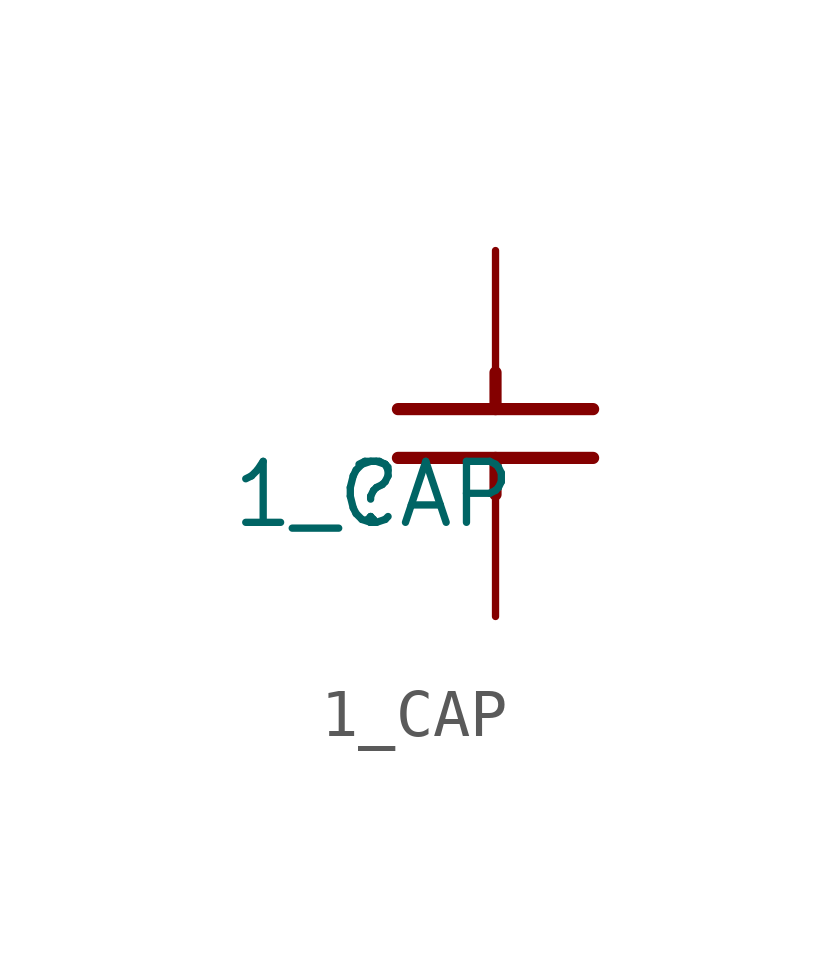
<source format=kicad_sym>
(kicad_symbol_lib
  (version 20211014)
  (generator kicad_symbol_editor)
  (symbol "1_CAP"
    (property "Reference" ""
      (at 0 0 0)
      (effects (font (size 1.27 1.27))))
    (property "Value" "1_CAP"
      (at 0 0 0)
      (effects (font (size 1.27 1.27))))
    (symbol "1_CAP_1_0"
      (polyline (pts (xy 0.508 1.778) (xy 4.572 1.778)) (stroke (width 0.254) (type default) (color 0 0 0 0)) (fill (type none)))
      (polyline (pts (xy 2.54 0) (xy 2.54 0.762)) (stroke (width 0.254) (type default) (color 0 0 0 0)) (fill (type none)))
      (polyline (pts (xy 2.54 2.54) (xy 2.54 1.778)) (stroke (width 0.254) (type default) (color 0 0 0 0)) (fill (type none)))
      (polyline (pts (xy 4.572 0.762) (xy 0.508 0.762)) (stroke (width 0.254) (type default) (color 0 0 0 0)) (fill (type none)))
      (pin passive line (at 2.54 -2.54 90) (length 2.54) (name "1" (effects (font (size 0 0)))) (number "1" (effects (font (size 0 0)))))
      (pin passive line (at 2.54 5.08 270) (length 2.54) (name "2" (effects (font (size 0 0)))) (number "2" (effects (font (size 0 0))))))))
</source>
